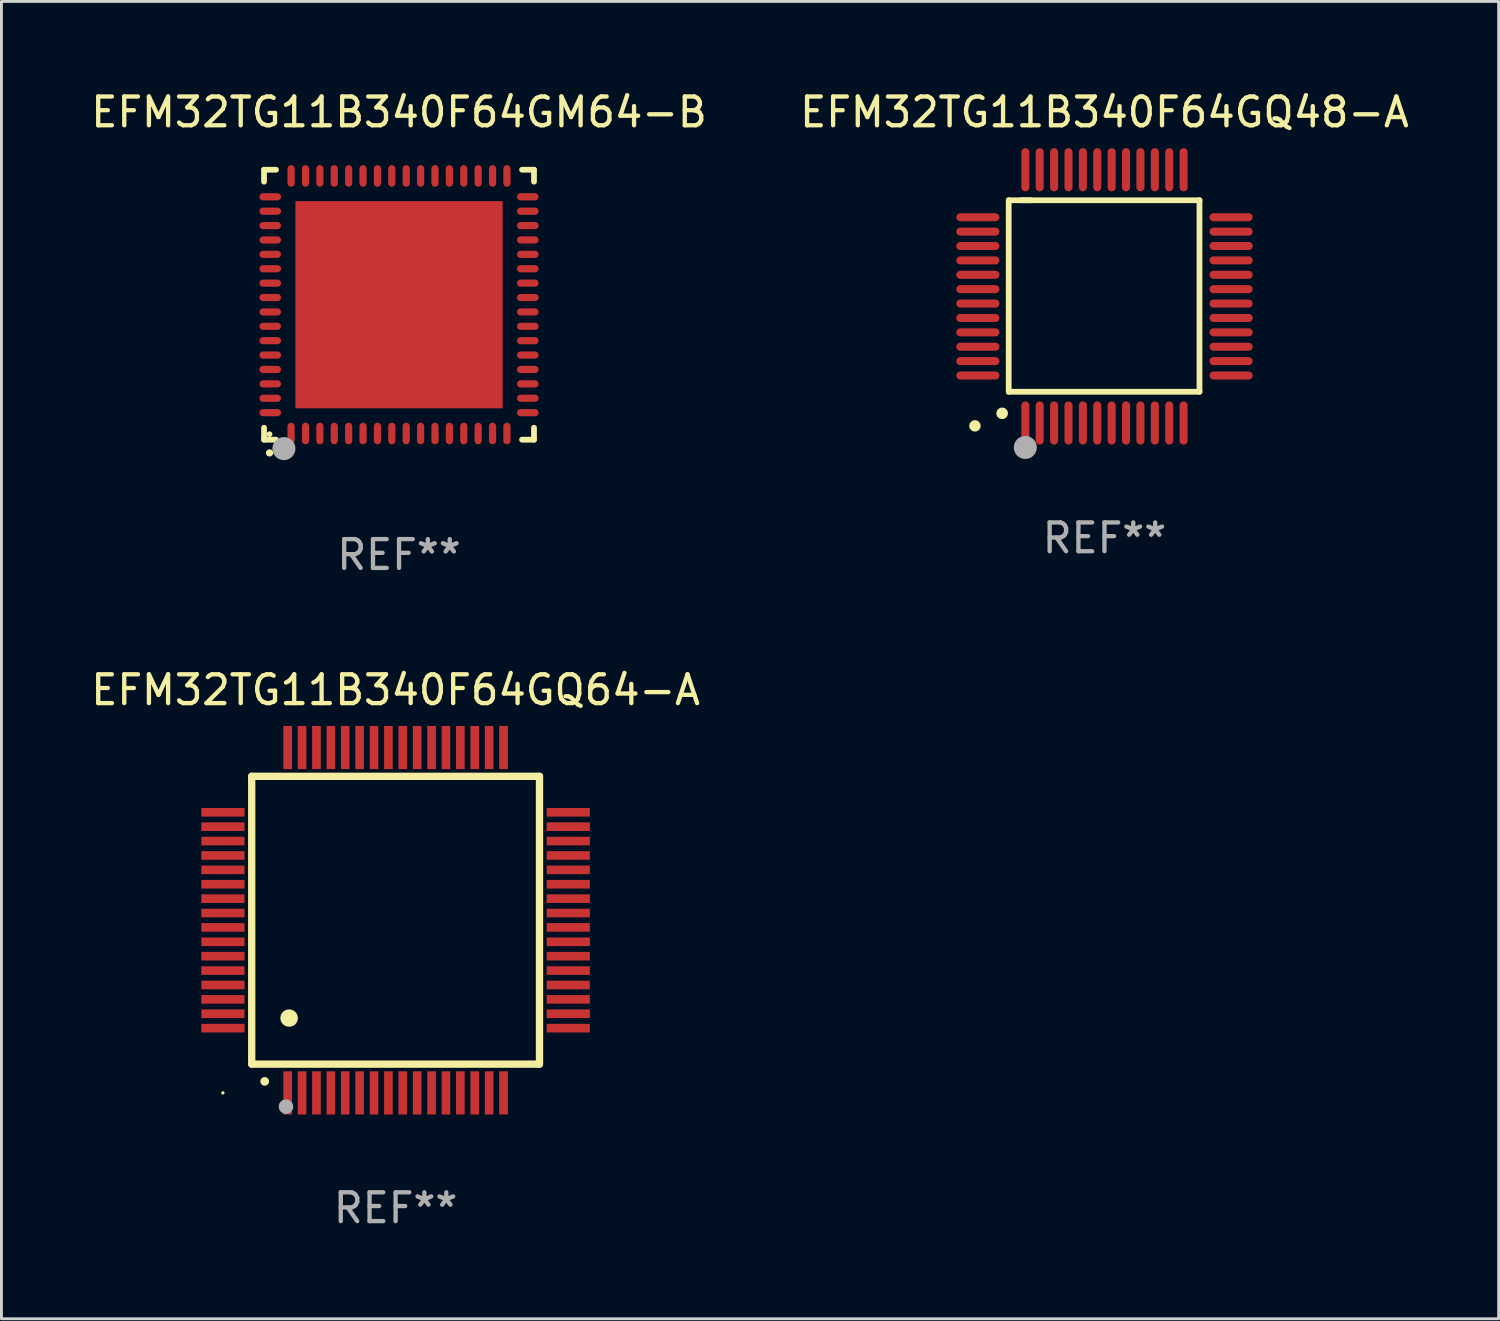
<source format=kicad_pcb>
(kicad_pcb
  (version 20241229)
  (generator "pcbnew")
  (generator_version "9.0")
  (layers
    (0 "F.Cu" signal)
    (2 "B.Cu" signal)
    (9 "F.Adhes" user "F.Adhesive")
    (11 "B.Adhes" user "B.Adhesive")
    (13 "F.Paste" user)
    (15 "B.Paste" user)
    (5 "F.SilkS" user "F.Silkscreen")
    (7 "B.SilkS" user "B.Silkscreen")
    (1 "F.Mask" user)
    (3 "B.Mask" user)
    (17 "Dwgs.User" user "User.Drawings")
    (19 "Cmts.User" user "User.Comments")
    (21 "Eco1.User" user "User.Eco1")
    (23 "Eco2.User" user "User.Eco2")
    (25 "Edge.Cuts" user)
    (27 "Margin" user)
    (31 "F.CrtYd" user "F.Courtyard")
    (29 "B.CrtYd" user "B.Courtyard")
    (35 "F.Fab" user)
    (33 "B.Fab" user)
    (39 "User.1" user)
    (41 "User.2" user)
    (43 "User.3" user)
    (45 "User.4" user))
  (footprint "EFM32TG11B340F64GQ48-A"
    (layer "F.Cu")
    (at 35.327 7.248)
    (property "Reference" "EFM32TG11B340F64GQ48-A" (at 0 -6.4 0) (layer "F.SilkS") (effects (font (size 1 1) (thickness 0.15))))
    (attr through_hole)
    (fp_line (start -3.327 -3.34) (end -2.565 -3.34) (stroke (width 0.2) (type solid)) (layer "F.SilkS"))
    (fp_line (start -3.327 3.315) (end -3.327 -3.34) (stroke (width 0.2) (type solid)) (layer "F.SilkS"))
    (fp_line (start -2.896 -3.34) (end 3.302 -3.34) (stroke (width 0.2) (type solid)) (layer "F.SilkS"))
    (fp_line (start 3.302 -3.34) (end 3.302 3.315) (stroke (width 0.2) (type solid)) (layer "F.SilkS"))
    (fp_line (start 3.302 3.315) (end -3.327 3.315) (stroke (width 0.2) (type solid)) (layer "F.SilkS"))
    (fp_arc (start -3.556007 4.064008) (mid -3.554737 4.064004) (end -3.553467 4.064008) (stroke (width 0.4) (type solid)) (layer "F.SilkS"))
    (fp_circle (center -4.5 4.5) (end -4.4 4.5) (stroke (width 0.2) (type solid)) (fill no) (layer "F.SilkS"))
    (fp_circle (center -2.75 5.25) (end -2.55 5.25) (stroke (width 0.4) (type solid)) (fill no) (layer "F.Fab"))
    (fp_text user "REF**" (at 0 8.4 0) (layer "F.Fab") (effects (font (size 1 1) (thickness 0.15))))
    (pad "1" smd oval (at -2.75 4.4 180) (size 0.28 1.5) (layers "F.Cu" "F.Mask" "F.Paste"))
    (pad "2" smd oval (at -2.25 4.4 180) (size 0.28 1.5) (layers "F.Cu" "F.Mask" "F.Paste"))
    (pad "3" smd oval (at -1.75 4.4 180) (size 0.28 1.5) (layers "F.Cu" "F.Mask" "F.Paste"))
    (pad "4" smd oval (at -1.25 4.4 180) (size 0.28 1.5) (layers "F.Cu" "F.Mask" "F.Paste"))
    (pad "5" smd oval (at -0.75 4.4 180) (size 0.28 1.5) (layers "F.Cu" "F.Mask" "F.Paste"))
    (pad "6" smd oval (at -0.25 4.4 180) (size 0.28 1.5) (layers "F.Cu" "F.Mask" "F.Paste"))
    (pad "7" smd oval (at 0.25 4.4 180) (size 0.28 1.5) (layers "F.Cu" "F.Mask" "F.Paste"))
    (pad "8" smd oval (at 0.75 4.4 180) (size 0.28 1.5) (layers "F.Cu" "F.Mask" "F.Paste"))
    (pad "9" smd oval (at 1.25 4.4 180) (size 0.28 1.5) (layers "F.Cu" "F.Mask" "F.Paste"))
    (pad "10" smd oval (at 1.75 4.4 180) (size 0.28 1.5) (layers "F.Cu" "F.Mask" "F.Paste"))
    (pad "11" smd oval (at 2.25 4.4 180) (size 0.28 1.5) (layers "F.Cu" "F.Mask" "F.Paste"))
    (pad "12" smd oval (at 2.75 4.4 180) (size 0.28 1.5) (layers "F.Cu" "F.Mask" "F.Paste"))
    (pad "13" smd oval (at 4.4 2.75 90) (size 0.28 1.5) (layers "F.Cu" "F.Mask" "F.Paste"))
    (pad "14" smd oval (at 4.4 2.25 90) (size 0.28 1.5) (layers "F.Cu" "F.Mask" "F.Paste"))
    (pad "15" smd oval (at 4.4 1.75 90) (size 0.28 1.5) (layers "F.Cu" "F.Mask" "F.Paste"))
    (pad "16" smd oval (at 4.4 1.25 90) (size 0.28 1.5) (layers "F.Cu" "F.Mask" "F.Paste"))
    (pad "17" smd oval (at 4.4 0.75 90) (size 0.28 1.5) (layers "F.Cu" "F.Mask" "F.Paste"))
    (pad "18" smd oval (at 4.4 0.25 90) (size 0.28 1.5) (layers "F.Cu" "F.Mask" "F.Paste"))
    (pad "19" smd oval (at 4.4 -0.25 90) (size 0.28 1.5) (layers "F.Cu" "F.Mask" "F.Paste"))
    (pad "20" smd oval (at 4.4 -0.75 90) (size 0.28 1.5) (layers "F.Cu" "F.Mask" "F.Paste"))
    (pad "21" smd oval (at 4.4 -1.25 90) (size 0.28 1.5) (layers "F.Cu" "F.Mask" "F.Paste"))
    (pad "22" smd oval (at 4.4 -1.75 90) (size 0.28 1.5) (layers "F.Cu" "F.Mask" "F.Paste"))
    (pad "23" smd oval (at 4.4 -2.25 90) (size 0.28 1.5) (layers "F.Cu" "F.Mask" "F.Paste"))
    (pad "24" smd oval (at 4.4 -2.75 90) (size 0.28 1.5) (layers "F.Cu" "F.Mask" "F.Paste"))
    (pad "25" smd oval (at 2.75 -4.4 180) (size 0.28 1.5) (layers "F.Cu" "F.Mask" "F.Paste"))
    (pad "26" smd oval (at 2.25 -4.4 180) (size 0.28 1.5) (layers "F.Cu" "F.Mask" "F.Paste"))
    (pad "27" smd oval (at 1.75 -4.4 180) (size 0.28 1.5) (layers "F.Cu" "F.Mask" "F.Paste"))
    (pad "28" smd oval (at 1.25 -4.4 180) (size 0.28 1.5) (layers "F.Cu" "F.Mask" "F.Paste"))
    (pad "29" smd oval (at 0.75 -4.4 180) (size 0.28 1.5) (layers "F.Cu" "F.Mask" "F.Paste"))
    (pad "30" smd oval (at 0.25 -4.4 180) (size 0.28 1.5) (layers "F.Cu" "F.Mask" "F.Paste"))
    (pad "31" smd oval (at -0.25 -4.4 180) (size 0.28 1.5) (layers "F.Cu" "F.Mask" "F.Paste"))
    (pad "32" smd oval (at -0.75 -4.4 180) (size 0.28 1.5) (layers "F.Cu" "F.Mask" "F.Paste"))
    (pad "33" smd oval (at -1.25 -4.4 180) (size 0.28 1.5) (layers "F.Cu" "F.Mask" "F.Paste"))
    (pad "34" smd oval (at -1.75 -4.4 180) (size 0.28 1.5) (layers "F.Cu" "F.Mask" "F.Paste"))
    (pad "35" smd oval (at -2.25 -4.4 180) (size 0.28 1.5) (layers "F.Cu" "F.Mask" "F.Paste"))
    (pad "36" smd oval (at -2.75 -4.4 180) (size 0.28 1.5) (layers "F.Cu" "F.Mask" "F.Paste"))
    (pad "37" smd oval (at -4.4 -2.75 90) (size 0.28 1.5) (layers "F.Cu" "F.Mask" "F.Paste"))
    (pad "38" smd oval (at -4.4 -2.25 90) (size 0.28 1.5) (layers "F.Cu" "F.Mask" "F.Paste"))
    (pad "39" smd oval (at -4.4 -1.75 90) (size 0.28 1.5) (layers "F.Cu" "F.Mask" "F.Paste"))
    (pad "40" smd oval (at -4.4 -1.25 90) (size 0.28 1.5) (layers "F.Cu" "F.Mask" "F.Paste"))
    (pad "41" smd oval (at -4.4 -0.75 90) (size 0.28 1.5) (layers "F.Cu" "F.Mask" "F.Paste"))
    (pad "42" smd oval (at -4.4 -0.25 90) (size 0.28 1.5) (layers "F.Cu" "F.Mask" "F.Paste"))
    (pad "43" smd oval (at -4.4 0.25 90) (size 0.28 1.5) (layers "F.Cu" "F.Mask" "F.Paste"))
    (pad "44" smd oval (at -4.4 0.75 90) (size 0.28 1.5) (layers "F.Cu" "F.Mask" "F.Paste"))
    (pad "45" smd oval (at -4.4 1.25 90) (size 0.28 1.5) (layers "F.Cu" "F.Mask" "F.Paste"))
    (pad "46" smd oval (at -4.4 1.75 90) (size 0.28 1.5) (layers "F.Cu" "F.Mask" "F.Paste"))
    (pad "47" smd oval (at -4.4 2.25 90) (size 0.28 1.5) (layers "F.Cu" "F.Mask" "F.Paste"))
    (pad "48" smd oval (at -4.4 2.75 90) (size 0.28 1.5) (layers "F.Cu" "F.Mask" "F.Paste")))
  (footprint "EFM32TG11B340F64GM64-B"
    (layer "F.Cu")
    (at 10.815 7.538)
    (property "Reference" "EFM32TG11B340F64GM64-B" (at 0 -6.69 0) (layer "F.SilkS") (effects (font (size 1 1) (thickness 0.15))))
    (attr through_hole)
    (fp_line (start -4.69 -4.69) (end -4.275 -4.69) (stroke (width 0.2) (type solid)) (layer "F.SilkS"))
    (fp_line (start -4.69 -4.275) (end -4.69 -4.69) (stroke (width 0.2) (type solid)) (layer "F.SilkS"))
    (fp_line (start -4.69 4.69) (end -4.69 4.275) (stroke (width 0.2) (type solid)) (layer "F.SilkS"))
    (fp_line (start -4.275 4.69) (end -4.69 4.69) (stroke (width 0.2) (type solid)) (layer "F.SilkS"))
    (fp_line (start 4.275 4.69) (end 4.69 4.69) (stroke (width 0.2) (type solid)) (layer "F.SilkS"))
    (fp_line (start 4.69 -4.69) (end 4.275 -4.69) (stroke (width 0.2) (type solid)) (layer "F.SilkS"))
    (fp_line (start 4.69 -4.275) (end 4.69 -4.69) (stroke (width 0.2) (type solid)) (layer "F.SilkS"))
    (fp_line (start 4.69 4.69) (end 4.69 4.275) (stroke (width 0.2) (type solid)) (layer "F.SilkS"))
    (fp_arc (start -4.499886 5.15) (mid -4.498616 5.149994) (end -4.497346 5.15) (stroke (width 0.24892) (type solid)) (layer "F.SilkS"))
    (fp_circle (center -4.5 4.5) (end -4.45 4.5) (stroke (width 0.1) (type solid)) (fill no) (layer "F.SilkS"))
    (fp_circle (center -4 5) (end -3.8 5) (stroke (width 0.4) (type solid)) (fill no) (layer "F.Fab"))
    (fp_text user "REF**" (at 0 8.69 0) (layer "F.Fab") (effects (font (size 1 1) (thickness 0.15))))
    (pad "1" smd oval (at -3.75 4.475) (size 0.25 0.75) (layers "F.Cu" "F.Mask" "F.Paste"))
    (pad "2" smd oval (at -3.25 4.475) (size 0.25 0.75) (layers "F.Cu" "F.Mask" "F.Paste"))
    (pad "3" smd oval (at -2.75 4.475) (size 0.25 0.75) (layers "F.Cu" "F.Mask" "F.Paste"))
    (pad "4" smd oval (at -2.25 4.475) (size 0.25 0.75) (layers "F.Cu" "F.Mask" "F.Paste"))
    (pad "5" smd oval (at -1.75 4.475) (size 0.25 0.75) (layers "F.Cu" "F.Mask" "F.Paste"))
    (pad "6" smd oval (at -1.25 4.475) (size 0.25 0.75) (layers "F.Cu" "F.Mask" "F.Paste"))
    (pad "7" smd oval (at -0.75 4.475) (size 0.25 0.75) (layers "F.Cu" "F.Mask" "F.Paste"))
    (pad "8" smd oval (at -0.25 4.475) (size 0.25 0.75) (layers "F.Cu" "F.Mask" "F.Paste"))
    (pad "9" smd oval (at 0.25 4.475) (size 0.25 0.75) (layers "F.Cu" "F.Mask" "F.Paste"))
    (pad "10" smd oval (at 0.75 4.475) (size 0.25 0.75) (layers "F.Cu" "F.Mask" "F.Paste"))
    (pad "11" smd oval (at 1.25 4.475) (size 0.25 0.75) (layers "F.Cu" "F.Mask" "F.Paste"))
    (pad "12" smd oval (at 1.75 4.475) (size 0.25 0.75) (layers "F.Cu" "F.Mask" "F.Paste"))
    (pad "13" smd oval (at 2.25 4.475) (size 0.25 0.75) (layers "F.Cu" "F.Mask" "F.Paste"))
    (pad "14" smd oval (at 2.75 4.475) (size 0.25 0.75) (layers "F.Cu" "F.Mask" "F.Paste"))
    (pad "15" smd oval (at 3.25 4.475) (size 0.25 0.75) (layers "F.Cu" "F.Mask" "F.Paste"))
    (pad "16" smd oval (at 3.75 4.475) (size 0.25 0.75) (layers "F.Cu" "F.Mask" "F.Paste"))
    (pad "17" smd oval (at 4.475 3.75) (size 0.75 0.25) (layers "F.Cu" "F.Mask" "F.Paste"))
    (pad "18" smd oval (at 4.475 3.25) (size 0.75 0.25) (layers "F.Cu" "F.Mask" "F.Paste"))
    (pad "19" smd oval (at 4.475 2.75) (size 0.75 0.25) (layers "F.Cu" "F.Mask" "F.Paste"))
    (pad "20" smd oval (at 4.475 2.25) (size 0.75 0.25) (layers "F.Cu" "F.Mask" "F.Paste"))
    (pad "21" smd oval (at 4.475 1.75) (size 0.75 0.25) (layers "F.Cu" "F.Mask" "F.Paste"))
    (pad "22" smd oval (at 4.475 1.25) (size 0.75 0.25) (layers "F.Cu" "F.Mask" "F.Paste"))
    (pad "23" smd oval (at 4.475 0.75) (size 0.75 0.25) (layers "F.Cu" "F.Mask" "F.Paste"))
    (pad "24" smd oval (at 4.475 0.25) (size 0.75 0.25) (layers "F.Cu" "F.Mask" "F.Paste"))
    (pad "25" smd oval (at 4.475 -0.25) (size 0.75 0.25) (layers "F.Cu" "F.Mask" "F.Paste"))
    (pad "26" smd oval (at 4.475 -0.75) (size 0.75 0.25) (layers "F.Cu" "F.Mask" "F.Paste"))
    (pad "27" smd oval (at 4.475 -1.25) (size 0.75 0.25) (layers "F.Cu" "F.Mask" "F.Paste"))
    (pad "28" smd oval (at 4.475 -1.75) (size 0.75 0.25) (layers "F.Cu" "F.Mask" "F.Paste"))
    (pad "29" smd oval (at 4.475 -2.25) (size 0.75 0.25) (layers "F.Cu" "F.Mask" "F.Paste"))
    (pad "30" smd oval (at 4.475 -2.75) (size 0.75 0.25) (layers "F.Cu" "F.Mask" "F.Paste"))
    (pad "31" smd oval (at 4.475 -3.25) (size 0.75 0.25) (layers "F.Cu" "F.Mask" "F.Paste"))
    (pad "32" smd oval (at 4.475 -3.75) (size 0.75 0.25) (layers "F.Cu" "F.Mask" "F.Paste"))
    (pad "33" smd oval (at 3.75 -4.475) (size 0.25 0.75) (layers "F.Cu" "F.Mask" "F.Paste"))
    (pad "34" smd oval (at 3.25 -4.475) (size 0.25 0.75) (layers "F.Cu" "F.Mask" "F.Paste"))
    (pad "35" smd oval (at 2.75 -4.475) (size 0.25 0.75) (layers "F.Cu" "F.Mask" "F.Paste"))
    (pad "36" smd oval (at 2.25 -4.475) (size 0.25 0.75) (layers "F.Cu" "F.Mask" "F.Paste"))
    (pad "37" smd oval (at 1.75 -4.475) (size 0.25 0.75) (layers "F.Cu" "F.Mask" "F.Paste"))
    (pad "38" smd oval (at 1.25 -4.475) (size 0.25 0.75) (layers "F.Cu" "F.Mask" "F.Paste"))
    (pad "39" smd oval (at 0.75 -4.475) (size 0.25 0.75) (layers "F.Cu" "F.Mask" "F.Paste"))
    (pad "40" smd oval (at 0.25 -4.475) (size 0.25 0.75) (layers "F.Cu" "F.Mask" "F.Paste"))
    (pad "41" smd oval (at -0.25 -4.475) (size 0.25 0.75) (layers "F.Cu" "F.Mask" "F.Paste"))
    (pad "42" smd oval (at -0.75 -4.475) (size 0.25 0.75) (layers "F.Cu" "F.Mask" "F.Paste"))
    (pad "43" smd oval (at -1.25 -4.475) (size 0.25 0.75) (layers "F.Cu" "F.Mask" "F.Paste"))
    (pad "44" smd oval (at -1.75 -4.475) (size 0.25 0.75) (layers "F.Cu" "F.Mask" "F.Paste"))
    (pad "45" smd oval (at -2.25 -4.475) (size 0.25 0.75) (layers "F.Cu" "F.Mask" "F.Paste"))
    (pad "46" smd oval (at -2.75 -4.475) (size 0.25 0.75) (layers "F.Cu" "F.Mask" "F.Paste"))
    (pad "47" smd oval (at -3.25 -4.475) (size 0.25 0.75) (layers "F.Cu" "F.Mask" "F.Paste"))
    (pad "48" smd oval (at -3.75 -4.475) (size 0.25 0.75) (layers "F.Cu" "F.Mask" "F.Paste"))
    (pad "49" smd oval (at -4.475 -3.75) (size 0.75 0.25) (layers "F.Cu" "F.Mask" "F.Paste"))
    (pad "50" smd oval (at -4.475 -3.25) (size 0.75 0.25) (layers "F.Cu" "F.Mask" "F.Paste"))
    (pad "51" smd oval (at -4.475 -2.75) (size 0.75 0.25) (layers "F.Cu" "F.Mask" "F.Paste"))
    (pad "52" smd oval (at -4.475 -2.25) (size 0.75 0.25) (layers "F.Cu" "F.Mask" "F.Paste"))
    (pad "53" smd oval (at -4.475 -1.75) (size 0.75 0.25) (layers "F.Cu" "F.Mask" "F.Paste"))
    (pad "54" smd oval (at -4.475 -1.25) (size 0.75 0.25) (layers "F.Cu" "F.Mask" "F.Paste"))
    (pad "55" smd oval (at -4.475 -0.75) (size 0.75 0.25) (layers "F.Cu" "F.Mask" "F.Paste"))
    (pad "56" smd oval (at -4.475 -0.25) (size 0.75 0.25) (layers "F.Cu" "F.Mask" "F.Paste"))
    (pad "57" smd oval (at -4.475 0.25) (size 0.75 0.25) (layers "F.Cu" "F.Mask" "F.Paste"))
    (pad "58" smd oval (at -4.475 0.75) (size 0.75 0.25) (layers "F.Cu" "F.Mask" "F.Paste"))
    (pad "59" smd oval (at -4.475 1.25) (size 0.75 0.25) (layers "F.Cu" "F.Mask" "F.Paste"))
    (pad "60" smd oval (at -4.475 1.75) (size 0.75 0.25) (layers "F.Cu" "F.Mask" "F.Paste"))
    (pad "61" smd oval (at -4.475 2.25) (size 0.75 0.25) (layers "F.Cu" "F.Mask" "F.Paste"))
    (pad "62" smd oval (at -4.475 2.75) (size 0.75 0.25) (layers "F.Cu" "F.Mask" "F.Paste"))
    (pad "63" smd oval (at -4.475 3.25) (size 0.75 0.25) (layers "F.Cu" "F.Mask" "F.Paste"))
    (pad "64" smd oval (at -4.475 3.75) (size 0.75 0.25) (layers "F.Cu" "F.Mask" "F.Paste"))
    (pad "65" smd rect (at 0.000368 0.000013) (size 7.2 7.2) (layers "F.Cu" "F.Mask" "F.Paste")))
  (footprint "EFM32TG11B340F64GQ64-A"
    (layer "F.Cu")
    (at 10.696 28.925)
    (property "Reference" "EFM32TG11B340F64GQ64-A" (at 0 -8 0) (layer "F.SilkS") (effects (font (size 1 1) (thickness 0.15))))
    (attr through_hole)
    (fp_line (start -5 -5) (end -5 5) (stroke (width 0.254) (type solid)) (layer "F.SilkS"))
    (fp_line (start -5 -5) (end 5 -5) (stroke (width 0.254) (type solid)) (layer "F.SilkS"))
    (fp_line (start -5 5) (end 5 5) (stroke (width 0.254) (type solid)) (layer "F.SilkS"))
    (fp_line (start 5 -5) (end 5 5) (stroke (width 0.254) (type solid)) (layer "F.SilkS"))
    (fp_arc (start -4.549987 5.6) (mid -4.548717 5.599995) (end -4.547447 5.6) (stroke (width 0.3) (type solid)) (layer "F.SilkS"))
    (fp_arc (start -3.703835 3.400076) (mid -3.700025 3.400052) (end -3.696215 3.400076) (stroke (width 0.6) (type solid)) (layer "F.SilkS"))
    (fp_circle (center -6 6) (end -5.97 6) (stroke (width 0.06) (type solid)) (fill no) (layer "F.SilkS"))
    (fp_circle (center -3.81 6.477) (end -3.683 6.477) (stroke (width 0.254) (type solid)) (fill no) (layer "F.Fab"))
    (fp_text user "REF**" (at 0 10 0) (layer "F.Fab") (effects (font (size 1 1) (thickness 0.15))))
    (pad "1" smd rect (at -3.75 6 180) (size 0.3 1.5) (layers "F.Cu" "F.Mask" "F.Paste"))
    (pad "2" smd rect (at -3.25 6 180) (size 0.3 1.5) (layers "F.Cu" "F.Mask" "F.Paste"))
    (pad "3" smd rect (at -2.75 6 180) (size 0.3 1.5) (layers "F.Cu" "F.Mask" "F.Paste"))
    (pad "4" smd rect (at -2.25 6 180) (size 0.3 1.5) (layers "F.Cu" "F.Mask" "F.Paste"))
    (pad "5" smd rect (at -1.75 6 180) (size 0.3 1.5) (layers "F.Cu" "F.Mask" "F.Paste"))
    (pad "6" smd rect (at -1.25 6 180) (size 0.3 1.5) (layers "F.Cu" "F.Mask" "F.Paste"))
    (pad "7" smd rect (at -0.75 6 180) (size 0.3 1.5) (layers "F.Cu" "F.Mask" "F.Paste"))
    (pad "8" smd rect (at -0.25 6 180) (size 0.3 1.5) (layers "F.Cu" "F.Mask" "F.Paste"))
    (pad "9" smd rect (at 0.25 6 180) (size 0.3 1.5) (layers "F.Cu" "F.Mask" "F.Paste"))
    (pad "10" smd rect (at 0.75 6 180) (size 0.3 1.5) (layers "F.Cu" "F.Mask" "F.Paste"))
    (pad "11" smd rect (at 1.25 6 180) (size 0.3 1.5) (layers "F.Cu" "F.Mask" "F.Paste"))
    (pad "12" smd rect (at 1.75 6 180) (size 0.3 1.5) (layers "F.Cu" "F.Mask" "F.Paste"))
    (pad "13" smd rect (at 2.25 6 180) (size 0.3 1.5) (layers "F.Cu" "F.Mask" "F.Paste"))
    (pad "14" smd rect (at 2.75 6 180) (size 0.3 1.5) (layers "F.Cu" "F.Mask" "F.Paste"))
    (pad "15" smd rect (at 3.25 6 180) (size 0.3 1.5) (layers "F.Cu" "F.Mask" "F.Paste"))
    (pad "16" smd rect (at 3.75 6 180) (size 0.3 1.5) (layers "F.Cu" "F.Mask" "F.Paste"))
    (pad "17" smd rect (at 6 3.75 90) (size 0.3 1.5) (layers "F.Cu" "F.Mask" "F.Paste"))
    (pad "18" smd rect (at 6 3.25 90) (size 0.3 1.5) (layers "F.Cu" "F.Mask" "F.Paste"))
    (pad "19" smd rect (at 6 2.75 90) (size 0.3 1.5) (layers "F.Cu" "F.Mask" "F.Paste"))
    (pad "20" smd rect (at 6 2.25 90) (size 0.3 1.5) (layers "F.Cu" "F.Mask" "F.Paste"))
    (pad "21" smd rect (at 6 1.75 90) (size 0.3 1.5) (layers "F.Cu" "F.Mask" "F.Paste"))
    (pad "22" smd rect (at 6 1.25 90) (size 0.3 1.5) (layers "F.Cu" "F.Mask" "F.Paste"))
    (pad "23" smd rect (at 6 0.75 90) (size 0.3 1.5) (layers "F.Cu" "F.Mask" "F.Paste"))
    (pad "24" smd rect (at 6 0.25 90) (size 0.3 1.5) (layers "F.Cu" "F.Mask" "F.Paste"))
    (pad "25" smd rect (at 6 -0.25 90) (size 0.3 1.5) (layers "F.Cu" "F.Mask" "F.Paste"))
    (pad "26" smd rect (at 6 -0.75 90) (size 0.3 1.5) (layers "F.Cu" "F.Mask" "F.Paste"))
    (pad "27" smd rect (at 6 -1.25 90) (size 0.3 1.5) (layers "F.Cu" "F.Mask" "F.Paste"))
    (pad "28" smd rect (at 6 -1.75 90) (size 0.3 1.5) (layers "F.Cu" "F.Mask" "F.Paste"))
    (pad "29" smd rect (at 6 -2.25 90) (size 0.3 1.5) (layers "F.Cu" "F.Mask" "F.Paste"))
    (pad "30" smd rect (at 6 -2.75 90) (size 0.3 1.5) (layers "F.Cu" "F.Mask" "F.Paste"))
    (pad "31" smd rect (at 6 -3.25 90) (size 0.3 1.5) (layers "F.Cu" "F.Mask" "F.Paste"))
    (pad "32" smd rect (at 6 -3.75 90) (size 0.3 1.5) (layers "F.Cu" "F.Mask" "F.Paste"))
    (pad "33" smd rect (at 3.75 -6 180) (size 0.3 1.5) (layers "F.Cu" "F.Mask" "F.Paste"))
    (pad "34" smd rect (at 3.25 -6 180) (size 0.3 1.5) (layers "F.Cu" "F.Mask" "F.Paste"))
    (pad "35" smd rect (at 2.75 -6 180) (size 0.3 1.5) (layers "F.Cu" "F.Mask" "F.Paste"))
    (pad "36" smd rect (at 2.25 -6 180) (size 0.3 1.5) (layers "F.Cu" "F.Mask" "F.Paste"))
    (pad "37" smd rect (at 1.75 -6 180) (size 0.3 1.5) (layers "F.Cu" "F.Mask" "F.Paste"))
    (pad "38" smd rect (at 1.25 -6 180) (size 0.3 1.5) (layers "F.Cu" "F.Mask" "F.Paste"))
    (pad "39" smd rect (at 0.75 -6 180) (size 0.3 1.5) (layers "F.Cu" "F.Mask" "F.Paste"))
    (pad "40" smd rect (at 0.25 -6 180) (size 0.3 1.5) (layers "F.Cu" "F.Mask" "F.Paste"))
    (pad "41" smd rect (at -0.25 -6 180) (size 0.3 1.5) (layers "F.Cu" "F.Mask" "F.Paste"))
    (pad "42" smd rect (at -0.75 -6 180) (size 0.3 1.5) (layers "F.Cu" "F.Mask" "F.Paste"))
    (pad "43" smd rect (at -1.25 -6 180) (size 0.3 1.5) (layers "F.Cu" "F.Mask" "F.Paste"))
    (pad "44" smd rect (at -1.75 -6 180) (size 0.3 1.5) (layers "F.Cu" "F.Mask" "F.Paste"))
    (pad "45" smd rect (at -2.25 -6 180) (size 0.3 1.5) (layers "F.Cu" "F.Mask" "F.Paste"))
    (pad "46" smd rect (at -2.75 -6 180) (size 0.3 1.5) (layers "F.Cu" "F.Mask" "F.Paste"))
    (pad "47" smd rect (at -3.25 -6 180) (size 0.3 1.5) (layers "F.Cu" "F.Mask" "F.Paste"))
    (pad "48" smd rect (at -3.75 -6 180) (size 0.3 1.5) (layers "F.Cu" "F.Mask" "F.Paste"))
    (pad "49" smd rect (at -6 -3.75 90) (size 0.3 1.5) (layers "F.Cu" "F.Mask" "F.Paste"))
    (pad "50" smd rect (at -6 -3.25 90) (size 0.3 1.5) (layers "F.Cu" "F.Mask" "F.Paste"))
    (pad "51" smd rect (at -6 -2.75 90) (size 0.3 1.5) (layers "F.Cu" "F.Mask" "F.Paste"))
    (pad "52" smd rect (at -6 -2.25 90) (size 0.3 1.5) (layers "F.Cu" "F.Mask" "F.Paste"))
    (pad "53" smd rect (at -6 -1.75 90) (size 0.3 1.5) (layers "F.Cu" "F.Mask" "F.Paste"))
    (pad "54" smd rect (at -6 -1.25 90) (size 0.3 1.5) (layers "F.Cu" "F.Mask" "F.Paste"))
    (pad "55" smd rect (at -6 -0.75 90) (size 0.3 1.5) (layers "F.Cu" "F.Mask" "F.Paste"))
    (pad "56" smd rect (at -6 -0.25 90) (size 0.3 1.5) (layers "F.Cu" "F.Mask" "F.Paste"))
    (pad "57" smd rect (at -6 0.25 90) (size 0.3 1.5) (layers "F.Cu" "F.Mask" "F.Paste"))
    (pad "58" smd rect (at -6 0.75 90) (size 0.3 1.5) (layers "F.Cu" "F.Mask" "F.Paste"))
    (pad "59" smd rect (at -6 1.25 90) (size 0.3 1.5) (layers "F.Cu" "F.Mask" "F.Paste"))
    (pad "60" smd rect (at -6 1.75 90) (size 0.3 1.5) (layers "F.Cu" "F.Mask" "F.Paste"))
    (pad "61" smd rect (at -6 2.25 90) (size 0.3 1.5) (layers "F.Cu" "F.Mask" "F.Paste"))
    (pad "62" smd rect (at -6 2.75 90) (size 0.3 1.5) (layers "F.Cu" "F.Mask" "F.Paste"))
    (pad "63" smd rect (at -6 3.25 90) (size 0.3 1.5) (layers "F.Cu" "F.Mask" "F.Paste"))
    (pad "64" smd rect (at -6 3.75 90) (size 0.3 1.5) (layers "F.Cu" "F.Mask" "F.Paste")))
  (gr_rect
    (start -3 -3)
    (end 49.024 42.773)
    (stroke (width 0.1) (type default))
    (fill no)
    (layer "Edge.Cuts")))
</source>
